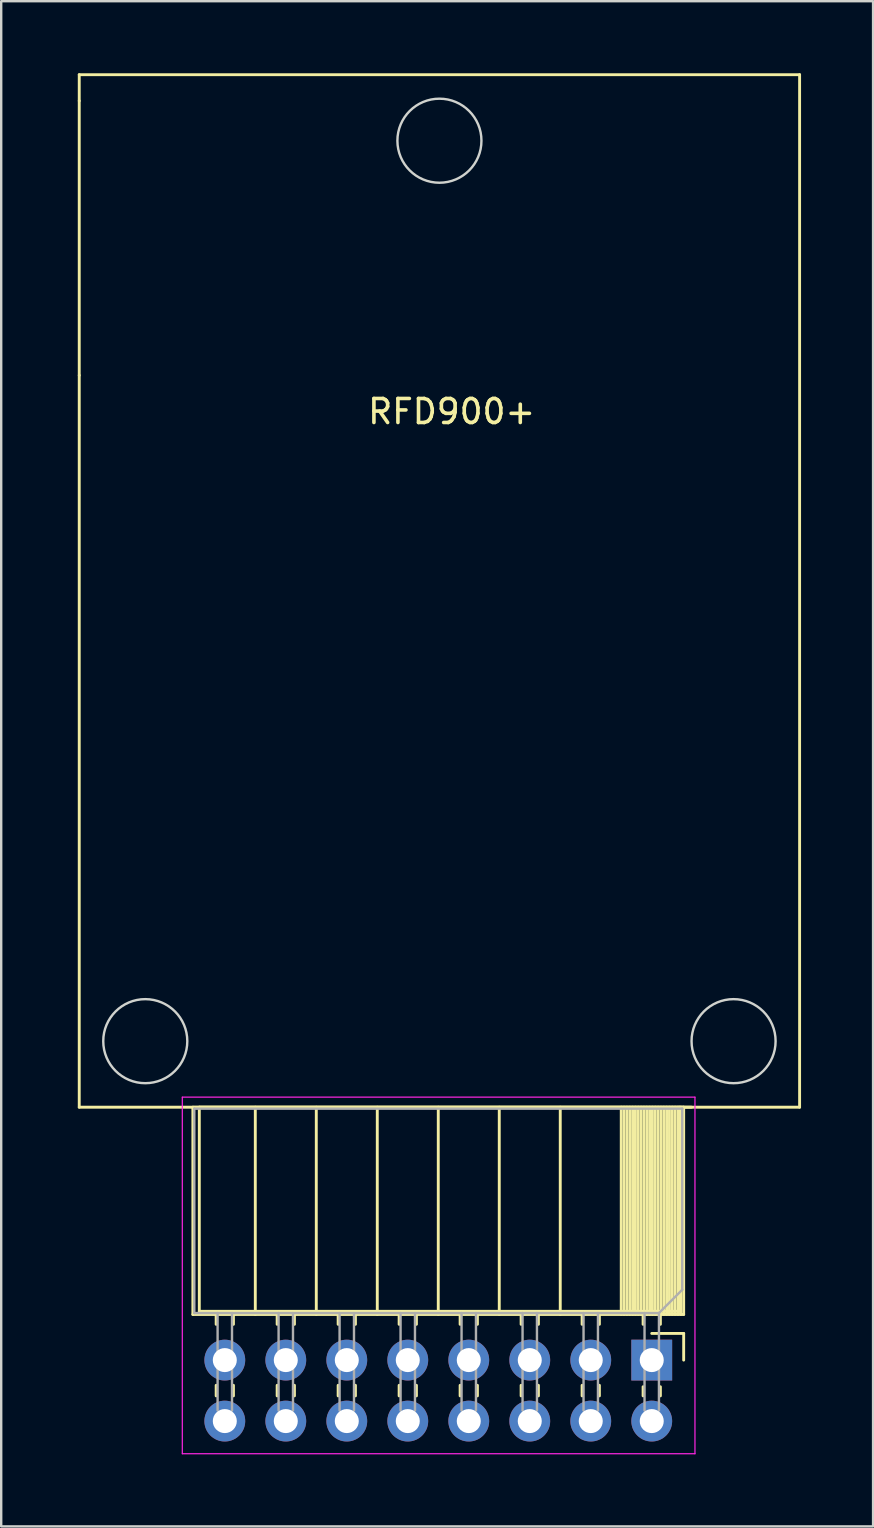
<source format=kicad_pcb>
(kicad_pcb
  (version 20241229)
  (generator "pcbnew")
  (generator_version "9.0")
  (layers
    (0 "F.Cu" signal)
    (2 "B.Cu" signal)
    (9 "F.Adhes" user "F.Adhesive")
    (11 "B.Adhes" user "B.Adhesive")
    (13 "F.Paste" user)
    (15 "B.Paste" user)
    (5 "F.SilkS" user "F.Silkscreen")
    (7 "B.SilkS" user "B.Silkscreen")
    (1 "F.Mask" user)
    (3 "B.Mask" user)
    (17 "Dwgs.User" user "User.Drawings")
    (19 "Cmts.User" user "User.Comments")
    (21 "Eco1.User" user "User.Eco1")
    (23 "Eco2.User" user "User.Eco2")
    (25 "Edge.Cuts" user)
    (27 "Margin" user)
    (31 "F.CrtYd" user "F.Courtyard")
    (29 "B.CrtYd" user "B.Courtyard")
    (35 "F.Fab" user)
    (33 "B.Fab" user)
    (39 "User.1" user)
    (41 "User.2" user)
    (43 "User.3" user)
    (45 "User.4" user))
  (footprint "RFD900+"
    (layer "F.Cu")
    (at 0.25 43.06)
    (property "Reference" "RFD900+" (at 15.51 -28.97 0) (layer "F.SilkS") (effects (font (size 1 1) (thickness 0.15))))
    (attr through_hole)
    (fp_line (start 0 -41.91) (end 0 -43) (stroke (width 0.12) (type solid)) (layer "F.SilkS"))
    (fp_line (start 0 -30.48) (end 0 -41.91) (stroke (width 0.12) (type solid)) (layer "F.SilkS"))
    (fp_line (start 0 0) (end 0 -30.48) (stroke (width 0.12) (type solid)) (layer "F.SilkS"))
    (fp_line (start 0 0) (end 30 0) (stroke (width 0.12) (type solid)) (layer "F.SilkS"))
    (fp_line (start 4.732 0.002) (end 4.732 8.632) (stroke (width 0.12) (type solid)) (layer "F.SilkS"))
    (fp_line (start 5 0) (end 5 8.5) (stroke (width 0.12) (type solid)) (layer "F.SilkS"))
    (fp_line (start 5 8.5) (end 25 8.5) (stroke (width 0.12) (type solid)) (layer "F.SilkS"))
    (fp_line (start 5.702 8.632) (end 5.702 9.042) (stroke (width 0.12) (type solid)) (layer "F.SilkS"))
    (fp_line (start 5.702 12.022) (end 5.702 11.582) (stroke (width 0.12) (type solid)) (layer "F.SilkS"))
    (fp_line (start 6.422 8.632) (end 6.422 9.042) (stroke (width 0.12) (type solid)) (layer "F.SilkS"))
    (fp_line (start 6.422 12.022) (end 6.422 11.582) (stroke (width 0.12) (type solid)) (layer "F.SilkS"))
    (fp_line (start 7.332 0.002) (end 7.332 8.632) (stroke (width 0.12) (type solid)) (layer "F.SilkS"))
    (fp_line (start 8.242 8.632) (end 8.242 9.042) (stroke (width 0.12) (type solid)) (layer "F.SilkS"))
    (fp_line (start 8.242 12.022) (end 8.242 11.582) (stroke (width 0.12) (type solid)) (layer "F.SilkS"))
    (fp_line (start 8.962 8.632) (end 8.962 9.042) (stroke (width 0.12) (type solid)) (layer "F.SilkS"))
    (fp_line (start 8.962 12.022) (end 8.962 11.582) (stroke (width 0.12) (type solid)) (layer "F.SilkS"))
    (fp_line (start 9.872 0.002) (end 9.872 8.632) (stroke (width 0.12) (type solid)) (layer "F.SilkS"))
    (fp_line (start 10.782 8.632) (end 10.782 9.042) (stroke (width 0.12) (type solid)) (layer "F.SilkS"))
    (fp_line (start 10.782 12.022) (end 10.782 11.582) (stroke (width 0.12) (type solid)) (layer "F.SilkS"))
    (fp_line (start 11.502 8.632) (end 11.502 9.042) (stroke (width 0.12) (type solid)) (layer "F.SilkS"))
    (fp_line (start 11.502 12.022) (end 11.502 11.582) (stroke (width 0.12) (type solid)) (layer "F.SilkS"))
    (fp_line (start 12.412 0.002) (end 12.412 8.632) (stroke (width 0.12) (type solid)) (layer "F.SilkS"))
    (fp_line (start 13.322 8.632) (end 13.322 9.042) (stroke (width 0.12) (type solid)) (layer "F.SilkS"))
    (fp_line (start 13.322 12.022) (end 13.322 11.582) (stroke (width 0.12) (type solid)) (layer "F.SilkS"))
    (fp_line (start 14.042 8.632) (end 14.042 9.042) (stroke (width 0.12) (type solid)) (layer "F.SilkS"))
    (fp_line (start 14.042 12.022) (end 14.042 11.582) (stroke (width 0.12) (type solid)) (layer "F.SilkS"))
    (fp_line (start 14.952 0.002) (end 14.952 8.632) (stroke (width 0.12) (type solid)) (layer "F.SilkS"))
    (fp_line (start 15.862 8.632) (end 15.862 9.042) (stroke (width 0.12) (type solid)) (layer "F.SilkS"))
    (fp_line (start 15.862 12.022) (end 15.862 11.582) (stroke (width 0.12) (type solid)) (layer "F.SilkS"))
    (fp_line (start 16.582 8.632) (end 16.582 9.042) (stroke (width 0.12) (type solid)) (layer "F.SilkS"))
    (fp_line (start 16.582 12.022) (end 16.582 11.582) (stroke (width 0.12) (type solid)) (layer "F.SilkS"))
    (fp_line (start 17.492 0.002) (end 17.492 8.632) (stroke (width 0.12) (type solid)) (layer "F.SilkS"))
    (fp_line (start 18.402 8.632) (end 18.402 9.042) (stroke (width 0.12) (type solid)) (layer "F.SilkS"))
    (fp_line (start 18.402 12.022) (end 18.402 11.582) (stroke (width 0.12) (type solid)) (layer "F.SilkS"))
    (fp_line (start 19.122 8.632) (end 19.122 9.042) (stroke (width 0.12) (type solid)) (layer "F.SilkS"))
    (fp_line (start 19.122 12.022) (end 19.122 11.582) (stroke (width 0.12) (type solid)) (layer "F.SilkS"))
    (fp_line (start 20.032 0.002) (end 20.032 8.632) (stroke (width 0.12) (type solid)) (layer "F.SilkS"))
    (fp_line (start 20.942 8.632) (end 20.942 9.042) (stroke (width 0.12) (type solid)) (layer "F.SilkS"))
    (fp_line (start 20.942 12.022) (end 20.942 11.582) (stroke (width 0.12) (type solid)) (layer "F.SilkS"))
    (fp_line (start 21.662 8.632) (end 21.662 9.042) (stroke (width 0.12) (type solid)) (layer "F.SilkS"))
    (fp_line (start 21.662 12.022) (end 21.662 11.582) (stroke (width 0.12) (type solid)) (layer "F.SilkS"))
    (fp_line (start 22.572 0.002) (end 22.572 8.632) (stroke (width 0.12) (type solid)) (layer "F.SilkS"))
    (fp_line (start 22.69 0.002) (end 22.69 8.632) (stroke (width 0.12) (type solid)) (layer "F.SilkS"))
    (fp_line (start 22.808 0.002) (end 22.808 8.632) (stroke (width 0.12) (type solid)) (layer "F.SilkS"))
    (fp_line (start 22.927 0.002) (end 22.927 8.632) (stroke (width 0.12) (type solid)) (layer "F.SilkS"))
    (fp_line (start 23.045 0.002) (end 23.045 8.632) (stroke (width 0.12) (type solid)) (layer "F.SilkS"))
    (fp_line (start 23.163 0.002) (end 23.163 8.632) (stroke (width 0.12) (type solid)) (layer "F.SilkS"))
    (fp_line (start 23.281 0.002) (end 23.281 8.632) (stroke (width 0.12) (type solid)) (layer "F.SilkS"))
    (fp_line (start 23.399 0.002) (end 23.399 8.632) (stroke (width 0.12) (type solid)) (layer "F.SilkS"))
    (fp_line (start 23.482 8.632) (end 23.482 9.042) (stroke (width 0.12) (type solid)) (layer "F.SilkS"))
    (fp_line (start 23.482 12.022) (end 23.482 11.642) (stroke (width 0.12) (type solid)) (layer "F.SilkS"))
    (fp_line (start 23.517 0.002) (end 23.517 8.632) (stroke (width 0.12) (type solid)) (layer "F.SilkS"))
    (fp_line (start 23.635 0.002) (end 23.635 8.632) (stroke (width 0.12) (type solid)) (layer "F.SilkS"))
    (fp_line (start 23.753 0.002) (end 23.753 8.632) (stroke (width 0.12) (type solid)) (layer "F.SilkS"))
    (fp_line (start 23.871 0.002) (end 23.871 8.632) (stroke (width 0.12) (type solid)) (layer "F.SilkS"))
    (fp_line (start 23.989 0.002) (end 23.989 8.632) (stroke (width 0.12) (type solid)) (layer "F.SilkS"))
    (fp_line (start 24.108 0.002) (end 24.108 8.632) (stroke (width 0.12) (type solid)) (layer "F.SilkS"))
    (fp_line (start 24.202 8.632) (end 24.202 9.042) (stroke (width 0.12) (type solid)) (layer "F.SilkS"))
    (fp_line (start 24.202 12.022) (end 24.202 11.642) (stroke (width 0.12) (type solid)) (layer "F.SilkS"))
    (fp_line (start 24.226 0.002) (end 24.226 8.632) (stroke (width 0.12) (type solid)) (layer "F.SilkS"))
    (fp_line (start 24.344 0.002) (end 24.344 8.632) (stroke (width 0.12) (type solid)) (layer "F.SilkS"))
    (fp_line (start 24.462 0.002) (end 24.462 8.632) (stroke (width 0.12) (type solid)) (layer "F.SilkS"))
    (fp_line (start 24.58 0.002) (end 24.58 8.632) (stroke (width 0.12) (type solid)) (layer "F.SilkS"))
    (fp_line (start 24.698 0.002) (end 24.698 8.632) (stroke (width 0.12) (type solid)) (layer "F.SilkS"))
    (fp_line (start 24.816 0.002) (end 24.816 8.632) (stroke (width 0.12) (type solid)) (layer "F.SilkS"))
    (fp_line (start 24.934 0.002) (end 24.934 8.632) (stroke (width 0.12) (type solid)) (layer "F.SilkS"))
    (fp_line (start 25 8.5) (end 25 0) (stroke (width 0.12) (type solid)) (layer "F.SilkS"))
    (fp_line (start 25.052 0.002) (end 25.052 8.632) (stroke (width 0.12) (type solid)) (layer "F.SilkS"))
    (fp_line (start 25.172 0.002) (end 4.732 0.002) (stroke (width 0.12) (type solid)) (layer "F.SilkS"))
    (fp_line (start 25.172 0.002) (end 25.172 8.632) (stroke (width 0.12) (type solid)) (layer "F.SilkS"))
    (fp_line (start 25.172 8.632) (end 4.732 8.632) (stroke (width 0.12) (type solid)) (layer "F.SilkS"))
    (fp_line (start 25.172 9.422) (end 23.842 9.422) (stroke (width 0.12) (type solid)) (layer "F.SilkS"))
    (fp_line (start 25.172 10.532) (end 25.172 9.422) (stroke (width 0.12) (type solid)) (layer "F.SilkS"))
    (fp_line (start 25.5 0) (end 5 0) (stroke (width 0.12) (type solid)) (layer "F.SilkS"))
    (fp_line (start 30 -43) (end 0 -43) (stroke (width 0.12) (type solid)) (layer "F.SilkS"))
    (fp_line (start 30 0) (end 30 -43) (stroke (width 0.12) (type solid)) (layer "F.SilkS"))
    (fp_circle (center 2.75 -2.75) (end 4.5 -2.75) (stroke (width 0.1) (type default)) (fill no) (layer "Edge.Cuts"))
    (fp_circle (center 15 -40.25) (end 16.75 -40.25) (stroke (width 0.1) (type default)) (fill no) (layer "Edge.Cuts"))
    (fp_circle (center 27.25 -2.75) (end 29 -2.75) (stroke (width 0.1) (type default)) (fill no) (layer "Edge.Cuts"))
    (fp_line (start 4.292 -0.418) (end 4.292 14.432) (stroke (width 0.05) (type solid)) (layer "F.CrtYd"))
    (fp_line (start 4.292 14.432) (end 25.642 14.432) (stroke (width 0.05) (type solid)) (layer "F.CrtYd"))
    (fp_line (start 25.642 -0.418) (end 4.292 -0.418) (stroke (width 0.05) (type solid)) (layer "F.CrtYd"))
    (fp_line (start 25.642 14.432) (end 25.642 -0.418) (stroke (width 0.05) (type solid)) (layer "F.CrtYd"))
    (fp_line (start 4.792 0.062) (end 25.112 0.062) (stroke (width 0.1) (type solid)) (layer "F.Fab"))
    (fp_line (start 4.792 8.572) (end 4.792 0.062) (stroke (width 0.1) (type solid)) (layer "F.Fab"))
    (fp_line (start 5.762 8.572) (end 5.762 12.632) (stroke (width 0.1) (type solid)) (layer "F.Fab"))
    (fp_line (start 5.762 10.532) (end 6.362 10.532) (stroke (width 0.1) (type solid)) (layer "F.Fab"))
    (fp_line (start 6.362 12.632) (end 6.362 8.572) (stroke (width 0.1) (type solid)) (layer "F.Fab"))
    (fp_line (start 8.302 8.572) (end 8.302 12.632) (stroke (width 0.1) (type solid)) (layer "F.Fab"))
    (fp_line (start 8.302 10.532) (end 8.902 10.532) (stroke (width 0.1) (type solid)) (layer "F.Fab"))
    (fp_line (start 8.902 12.632) (end 8.902 8.572) (stroke (width 0.1) (type solid)) (layer "F.Fab"))
    (fp_line (start 10.842 8.572) (end 10.842 12.632) (stroke (width 0.1) (type solid)) (layer "F.Fab"))
    (fp_line (start 10.842 10.532) (end 11.442 10.532) (stroke (width 0.1) (type solid)) (layer "F.Fab"))
    (fp_line (start 11.442 12.632) (end 11.442 8.572) (stroke (width 0.1) (type solid)) (layer "F.Fab"))
    (fp_line (start 13.382 8.572) (end 13.382 12.632) (stroke (width 0.1) (type solid)) (layer "F.Fab"))
    (fp_line (start 13.382 10.532) (end 13.982 10.532) (stroke (width 0.1) (type solid)) (layer "F.Fab"))
    (fp_line (start 13.982 12.632) (end 13.982 8.572) (stroke (width 0.1) (type solid)) (layer "F.Fab"))
    (fp_line (start 15.922 8.572) (end 15.922 12.632) (stroke (width 0.1) (type solid)) (layer "F.Fab"))
    (fp_line (start 15.922 10.532) (end 16.522 10.532) (stroke (width 0.1) (type solid)) (layer "F.Fab"))
    (fp_line (start 16.522 12.632) (end 16.522 8.572) (stroke (width 0.1) (type solid)) (layer "F.Fab"))
    (fp_line (start 18.462 8.572) (end 18.462 12.632) (stroke (width 0.1) (type solid)) (layer "F.Fab"))
    (fp_line (start 18.462 10.532) (end 19.062 10.532) (stroke (width 0.1) (type solid)) (layer "F.Fab"))
    (fp_line (start 19.062 12.632) (end 19.062 8.572) (stroke (width 0.1) (type solid)) (layer "F.Fab"))
    (fp_line (start 21.002 8.572) (end 21.002 12.632) (stroke (width 0.1) (type solid)) (layer "F.Fab"))
    (fp_line (start 21.002 10.532) (end 21.602 10.532) (stroke (width 0.1) (type solid)) (layer "F.Fab"))
    (fp_line (start 21.602 12.632) (end 21.602 8.572) (stroke (width 0.1) (type solid)) (layer "F.Fab"))
    (fp_line (start 23.542 8.572) (end 23.542 12.632) (stroke (width 0.1) (type solid)) (layer "F.Fab"))
    (fp_line (start 23.542 10.532) (end 24.142 10.532) (stroke (width 0.1) (type solid)) (layer "F.Fab"))
    (fp_line (start 24.142 8.572) (end 4.792 8.572) (stroke (width 0.1) (type solid)) (layer "F.Fab"))
    (fp_line (start 24.142 12.632) (end 24.142 8.572) (stroke (width 0.1) (type solid)) (layer "F.Fab"))
    (fp_line (start 25.112 0.062) (end 25.112 7.602) (stroke (width 0.1) (type solid)) (layer "F.Fab"))
    (fp_line (start 25.112 7.602) (end 24.142 8.572) (stroke (width 0.1) (type solid)) (layer "F.Fab"))
    (pad "1" thru_hole rect (at 23.842 10.532 90) (size 1.7 1.7) (drill 1) (layers "*.Cu" "*.Mask"))
    (pad "2" thru_hole oval (at 23.842 13.072 90) (size 1.7 1.7) (drill 1) (layers "*.Cu" "*.Mask"))
    (pad "3" thru_hole oval (at 21.302 10.532 90) (size 1.7 1.7) (drill 1) (layers "*.Cu" "*.Mask"))
    (pad "4" thru_hole oval (at 21.302 13.072 90) (size 1.7 1.7) (drill 1) (layers "*.Cu" "*.Mask"))
    (pad "5" thru_hole oval (at 18.762 10.532 90) (size 1.7 1.7) (drill 1) (layers "*.Cu" "*.Mask"))
    (pad "6" thru_hole oval (at 18.762 13.072 90) (size 1.7 1.7) (drill 1) (layers "*.Cu" "*.Mask"))
    (pad "7" thru_hole oval (at 16.222 10.532 90) (size 1.7 1.7) (drill 1) (layers "*.Cu" "*.Mask"))
    (pad "8" thru_hole oval (at 16.222 13.072 90) (size 1.7 1.7) (drill 1) (layers "*.Cu" "*.Mask"))
    (pad "9" thru_hole oval (at 13.682 10.532 90) (size 1.7 1.7) (drill 1) (layers "*.Cu" "*.Mask"))
    (pad "10" thru_hole oval (at 13.682 13.072 90) (size 1.7 1.7) (drill 1) (layers "*.Cu" "*.Mask"))
    (pad "11" thru_hole oval (at 11.142 10.532 90) (size 1.7 1.7) (drill 1) (layers "*.Cu" "*.Mask"))
    (pad "12" thru_hole oval (at 11.142 13.072 90) (size 1.7 1.7) (drill 1) (layers "*.Cu" "*.Mask"))
    (pad "13" thru_hole oval (at 8.602 10.532 90) (size 1.7 1.7) (drill 1) (layers "*.Cu" "*.Mask"))
    (pad "14" thru_hole oval (at 8.602 13.072 90) (size 1.7 1.7) (drill 1) (layers "*.Cu" "*.Mask"))
    (pad "15" thru_hole oval (at 6.062 10.532 90) (size 1.7 1.7) (drill 1) (layers "*.Cu" "*.Mask"))
    (pad "16" thru_hole oval (at 6.062 13.072 90) (size 1.7 1.7) (drill 1) (layers "*.Cu" "*.Mask")))
  (gr_rect
    (start -3 -3)
    (end 33.31 60.517)
    (stroke (width 0.1) (type default))
    (fill no)
    (layer "Edge.Cuts")))
</source>
